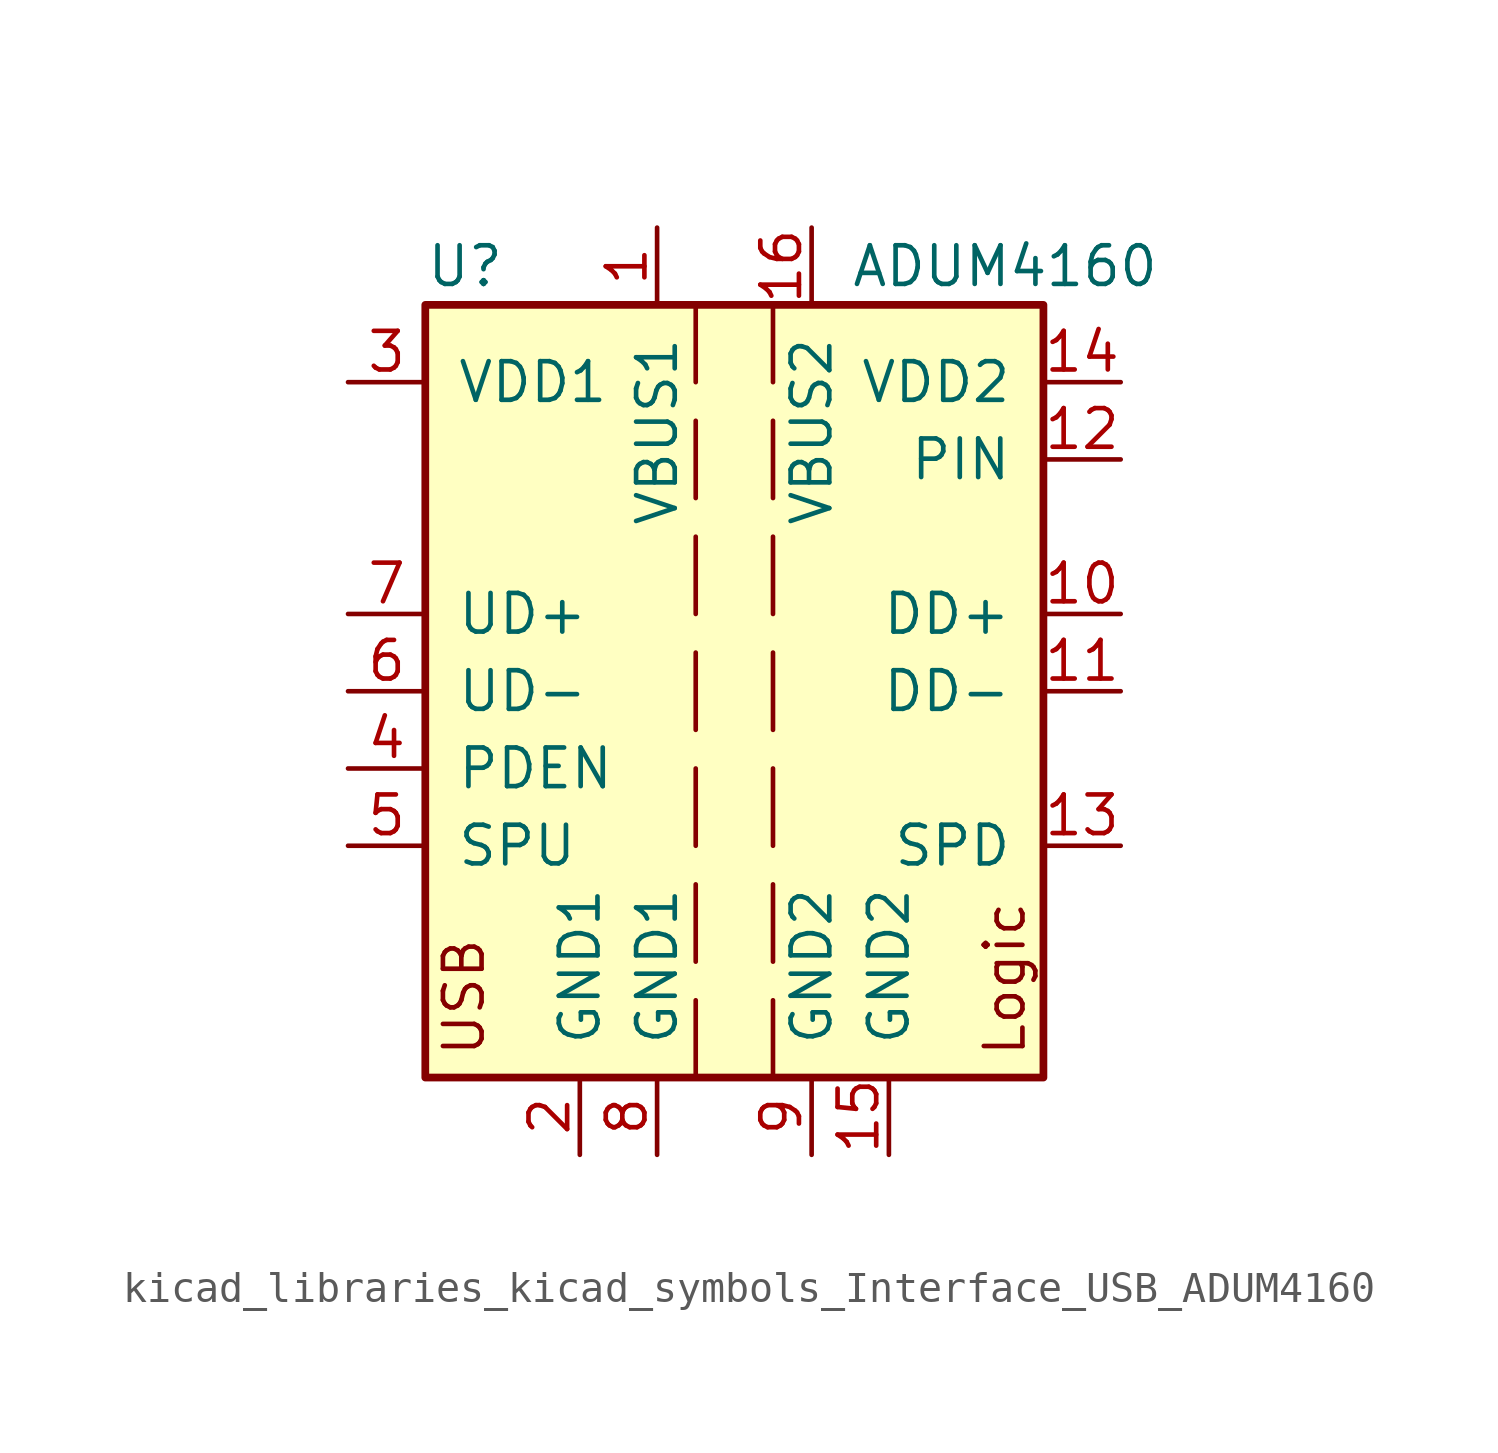
<source format=kicad_sym>
(kicad_symbol_lib
  (version 20220914)
  (generator kicad_symbol_editor)
  (symbol "kicad_libraries_kicad_symbols_Interface_USB_ADUM4160"
    (pin_names
      (offset 1.016))
    (property "Reference" "U"
      (at -10.16 13.97 0)
      (effects (font (size 1.27 1.27)) (justify left)))
    (property "Value" "ADUM4160"
      (at 3.81 13.97 0)
      (effects (font (size 1.27 1.27)) (justify left)))
    (symbol "kicad_libraries_kicad_symbols_Interface_USB_ADUM4160_0_0"
      (text "Logic" (at 8.89 -12.065 900) (effects (font (size 1.27 1.27)) (justify left))))
    (symbol "kicad_libraries_kicad_symbols_Interface_USB_ADUM4160_0_1"
      (rectangle (start -10.16 12.7) (end 10.16 -12.7) (stroke (width 0.254) (type default)) (fill (type background)))
      (polyline (pts (xy -1.27 -10.16) (xy -1.27 -12.7)) (stroke (width 0) (type default)) (fill (type none)))
      (polyline (pts (xy -1.27 -6.35) (xy -1.27 -8.89)) (stroke (width 0) (type default)) (fill (type none)))
      (polyline (pts (xy -1.27 -2.54) (xy -1.27 -5.08)) (stroke (width 0) (type default)) (fill (type none)))
      (polyline (pts (xy -1.27 1.27) (xy -1.27 -1.27)) (stroke (width 0) (type default)) (fill (type none)))
      (polyline (pts (xy -1.27 5.08) (xy -1.27 2.54)) (stroke (width 0) (type default)) (fill (type none)))
      (polyline (pts (xy -1.27 8.89) (xy -1.27 6.35)) (stroke (width 0) (type default)) (fill (type none)))
      (polyline (pts (xy -1.27 12.7) (xy -1.27 10.16)) (stroke (width 0) (type default)) (fill (type none)))
      (polyline (pts (xy 1.27 -10.16) (xy 1.27 -12.7)) (stroke (width 0) (type default)) (fill (type none)))
      (polyline (pts (xy 1.27 -6.35) (xy 1.27 -8.89)) (stroke (width 0) (type default)) (fill (type none)))
      (polyline (pts (xy 1.27 -2.54) (xy 1.27 -5.08)) (stroke (width 0) (type default)) (fill (type none)))
      (polyline (pts (xy 1.27 1.27) (xy 1.27 -1.27)) (stroke (width 0) (type default)) (fill (type none)))
      (polyline (pts (xy 1.27 5.08) (xy 1.27 2.54)) (stroke (width 0) (type default)) (fill (type none)))
      (polyline (pts (xy 1.27 8.89) (xy 1.27 6.35)) (stroke (width 0) (type default)) (fill (type none)))
      (polyline (pts (xy 1.27 12.7) (xy 1.27 10.16)) (stroke (width 0) (type default)) (fill (type none))))
    (symbol "kicad_libraries_kicad_symbols_Interface_USB_ADUM4160_1_0"
      (text "USB" (at -8.89 -12.065 900) (effects (font (size 1.27 1.27)) (justify left))))
    (symbol "kicad_libraries_kicad_symbols_Interface_USB_ADUM4160_1_1"
      (pin power_in line (at -2.54 15.24 270) (length 2.54) (name "VBUS1" (effects (font (size 1.27 1.27)))) (number "1" (effects (font (size 1.27 1.27)))))
      (pin bidirectional line (at 12.7 2.54 180) (length 2.54) (name "DD+" (effects (font (size 1.27 1.27)))) (number "10" (effects (font (size 1.27 1.27)))))
      (pin bidirectional line (at 12.7 0 180) (length 2.54) (name "DD-" (effects (font (size 1.27 1.27)))) (number "11" (effects (font (size 1.27 1.27)))))
      (pin input line (at 12.7 7.62 180) (length 2.54) (name "PIN" (effects (font (size 1.27 1.27)))) (number "12" (effects (font (size 1.27 1.27)))))
      (pin input line (at 12.7 -5.08 180) (length 2.54) (name "SPD" (effects (font (size 1.27 1.27)))) (number "13" (effects (font (size 1.27 1.27)))))
      (pin power_in line (at 12.7 10.16 180) (length 2.54) (name "VDD2" (effects (font (size 1.27 1.27)))) (number "14" (effects (font (size 1.27 1.27)))))
      (pin power_in line (at 5.08 -15.24 90) (length 2.54) (name "GND2" (effects (font (size 1.27 1.27)))) (number "15" (effects (font (size 1.27 1.27)))))
      (pin power_in line (at 2.54 15.24 270) (length 2.54) (name "VBUS2" (effects (font (size 1.27 1.27)))) (number "16" (effects (font (size 1.27 1.27)))))
      (pin power_in line (at -5.08 -15.24 90) (length 2.54) (name "GND1" (effects (font (size 1.27 1.27)))) (number "2" (effects (font (size 1.27 1.27)))))
      (pin power_in line (at -12.7 10.16 0) (length 2.54) (name "VDD1" (effects (font (size 1.27 1.27)))) (number "3" (effects (font (size 1.27 1.27)))))
      (pin input line (at -12.7 -2.54 0) (length 2.54) (name "PDEN" (effects (font (size 1.27 1.27)))) (number "4" (effects (font (size 1.27 1.27)))))
      (pin input line (at -12.7 -5.08 0) (length 2.54) (name "SPU" (effects (font (size 1.27 1.27)))) (number "5" (effects (font (size 1.27 1.27)))))
      (pin bidirectional line (at -12.7 0 0) (length 2.54) (name "UD-" (effects (font (size 1.27 1.27)))) (number "6" (effects (font (size 1.27 1.27)))))
      (pin bidirectional line (at -12.7 2.54 0) (length 2.54) (name "UD+" (effects (font (size 1.27 1.27)))) (number "7" (effects (font (size 1.27 1.27)))))
      (pin power_in line (at -2.54 -15.24 90) (length 2.54) (name "GND1" (effects (font (size 1.27 1.27)))) (number "8" (effects (font (size 1.27 1.27)))))
      (pin power_in line (at 2.54 -15.24 90) (length 2.54) (name "GND2" (effects (font (size 1.27 1.27)))) (number "9" (effects (font (size 1.27 1.27))))))))
</source>
